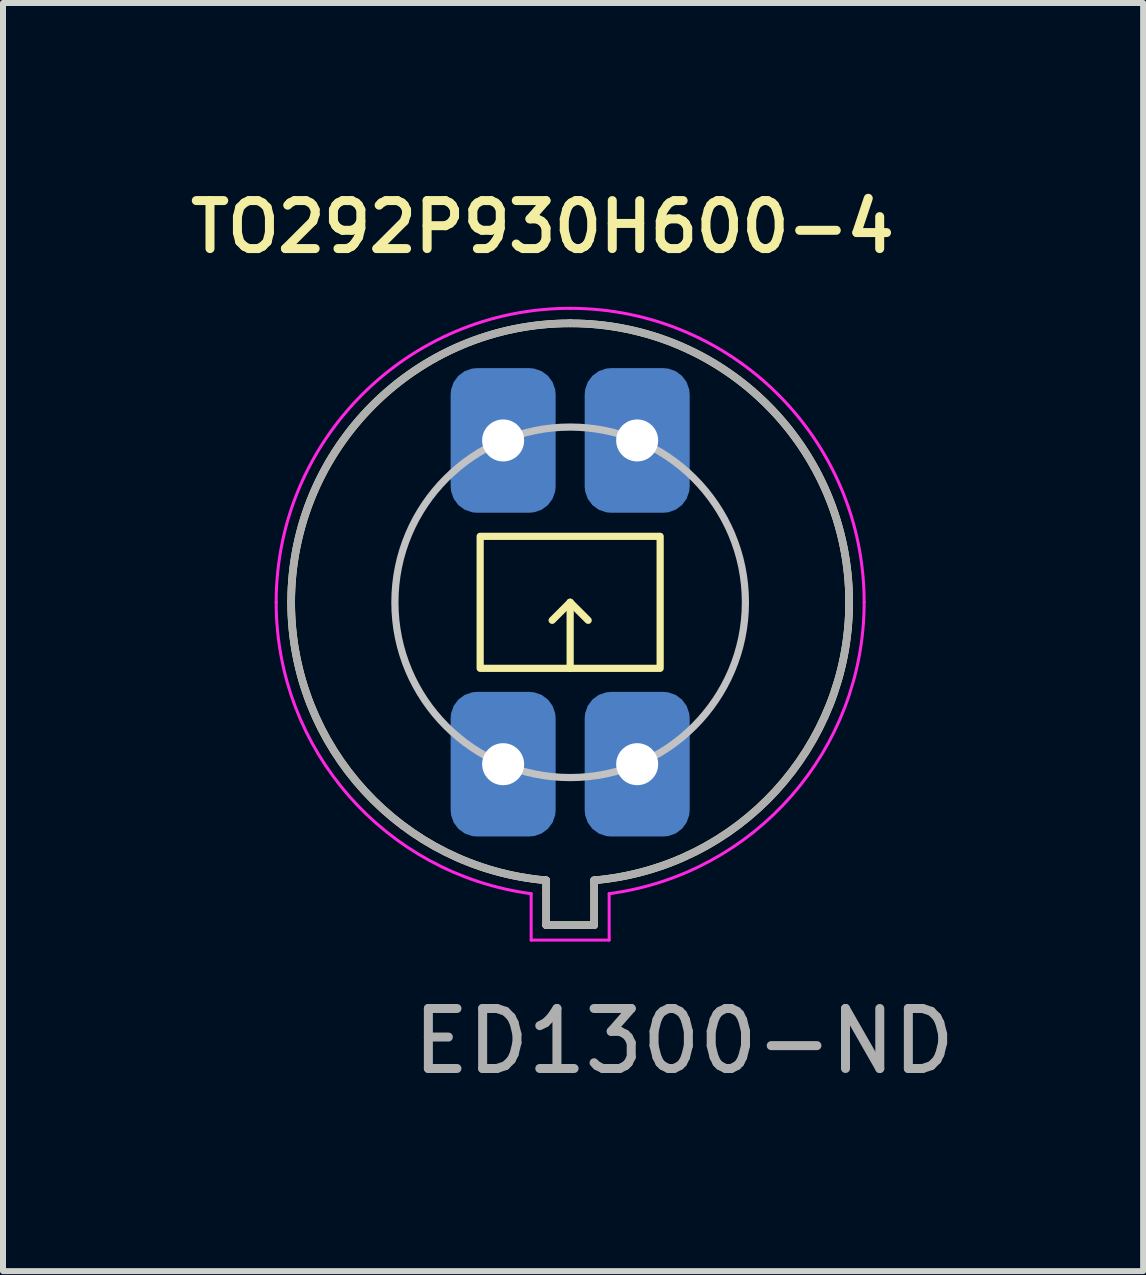
<source format=kicad_pcb>
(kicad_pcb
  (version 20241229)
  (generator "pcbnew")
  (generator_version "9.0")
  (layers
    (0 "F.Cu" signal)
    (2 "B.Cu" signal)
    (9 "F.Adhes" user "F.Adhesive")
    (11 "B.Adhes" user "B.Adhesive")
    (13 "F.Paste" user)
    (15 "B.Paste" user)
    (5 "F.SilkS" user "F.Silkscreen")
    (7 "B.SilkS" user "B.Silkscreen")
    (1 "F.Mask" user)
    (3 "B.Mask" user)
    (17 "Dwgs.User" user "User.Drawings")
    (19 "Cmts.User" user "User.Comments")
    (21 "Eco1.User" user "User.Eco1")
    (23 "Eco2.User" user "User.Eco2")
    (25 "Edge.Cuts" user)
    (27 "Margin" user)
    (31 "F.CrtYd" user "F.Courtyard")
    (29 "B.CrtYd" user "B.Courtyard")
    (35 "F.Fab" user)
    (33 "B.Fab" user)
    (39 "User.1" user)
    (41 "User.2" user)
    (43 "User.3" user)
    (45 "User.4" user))
  (footprint "TO292P930H600-4"
    (layer "F.Cu")
    (at 6.453 6.989)
    (property "Reference" "TO292P930H600-4" (at -0.46 -6.258 0) (layer "F.SilkS") (effects (font (size 0.8 0.8) (thickness 0.15))))
    (attr through_hole)
    (fp_line (start -0.4 5.38) (end 0.4 5.38) (stroke (width 0.127) (type solid)) (layer "F.SilkS"))
    (fp_line (start -0.4 4.633) (end -0.4 5.38) (stroke (width 0.127) (type solid)) (layer "F.SilkS"))
    (fp_line (start 0 0) (end -0.3 0.3) (stroke (width 0.12) (type solid)) (layer "F.SilkS"))
    (fp_line (start 0 0) (end 0.3 0.3) (stroke (width 0.12) (type solid)) (layer "F.SilkS"))
    (fp_line (start 0 1.1) (end 0 0) (stroke (width 0.12) (type solid)) (layer "F.SilkS"))
    (fp_line (start 0.4 5.38) (end 0.4 4.633) (stroke (width 0.127) (type solid)) (layer "F.SilkS"))
    (fp_rect (start 1.5 1.1) (end -1.5 -1.1) (stroke (width 0.12) (type solid)) (fill no) (layer "F.SilkS"))
    (fp_arc (start -4.649997 -0.000007) (mid -3.288039 -3.288049) (end 0.000007 -4.649997) (stroke (width 0.127) (type solid)) (layer "F.SilkS"))
    (fp_arc (start -0.400002 4.6335) (mid -3.426624 3.143745) (end -4.649997 -0.000006) (stroke (width 0.127) (type solid)) (layer "F.SilkS"))
    (fp_arc (start 0.000007 -4.649997) (mid 3.288049 -3.288039) (end 4.649997 0.000007) (stroke (width 0.127) (type solid)) (layer "F.SilkS"))
    (fp_arc (start 4.649997 0.000007) (mid 3.426523 3.143664) (end 0.399995 4.633497) (stroke (width 0.127) (type solid)) (layer "F.SilkS"))
    (fp_circle (center -0.000001 0.000001) (end 2.921 0.000001) (stroke (width 0.12) (type default)) (fill no) (layer "Dwgs.User"))
    (fp_line (start -0.65 5.63) (end 0.65 5.63) (stroke (width 0.05) (type solid)) (layer "F.CrtYd"))
    (fp_line (start -0.65 4.856) (end -0.65 5.63) (stroke (width 0.05) (type solid)) (layer "F.CrtYd"))
    (fp_line (start 0.65 5.63) (end 0.65 4.857) (stroke (width 0.05) (type solid)) (layer "F.CrtYd"))
    (fp_arc (start -4.900001 0.000001) (mid -3.464825 -3.464823) (end -0.000001 -4.900001) (stroke (width 0.05) (type solid)) (layer "F.CrtYd"))
    (fp_arc (start -0.649998 4.856495) (mid -3.68757 3.226854) (end -4.900001 0.000001) (stroke (width 0.05) (type solid)) (layer "F.CrtYd"))
    (fp_arc (start -0.000001 -4.900001) (mid 3.464823 -3.464825) (end 4.900001 -0.000001) (stroke (width 0.05) (type solid)) (layer "F.CrtYd"))
    (fp_arc (start 4.900001 -0.000001) (mid 3.687594 3.226878) (end 0.649995 4.856502) (stroke (width 0.05) (type solid)) (layer "F.CrtYd"))
    (fp_line (start -0.4 5.38) (end 0.4 5.38) (stroke (width 0.127) (type solid)) (layer "F.Fab"))
    (fp_line (start -0.4 4.633) (end -0.4 5.38) (stroke (width 0.127) (type solid)) (layer "F.Fab"))
    (fp_line (start 0.4 5.38) (end 0.4 4.633) (stroke (width 0.127) (type solid)) (layer "F.Fab"))
    (fp_arc (start -4.649997 -0.000007) (mid -3.288039 -3.288049) (end 0.000007 -4.649997) (stroke (width 0.127) (type solid)) (layer "F.Fab"))
    (fp_arc (start -0.400002 4.6335) (mid -3.426624 3.143745) (end -4.649997 -0.000006) (stroke (width 0.127) (type solid)) (layer "F.Fab"))
    (fp_arc (start 0.000007 -4.649997) (mid 3.288049 -3.288039) (end 4.649997 0.000007) (stroke (width 0.127) (type solid)) (layer "F.Fab"))
    (fp_arc (start 4.649997 0.000007) (mid 3.426523 3.143664) (end 0.399995 4.633497) (stroke (width 0.127) (type solid)) (layer "F.Fab"))
    (fp_text user "ED1300-ND" (at -2.7 7.9 0) (unlocked yes) (layer "F.Fab") (effects (font (size 1 1) (thickness 0.15)) (justify left bottom)))
    (pad "1" thru_hole circle (at -1.117 2.698 157.5) (size 1.1 1.1) (drill 0.7) (layers "*.Cu" "*.Mask"))
    (pad "1" smd roundrect (at -1.117 2.698 90) (size 2.41 1.75) (layers "B.Cu" "B.Mask" "B.Paste") (roundrect_rratio 0.25))
    (pad "2" thru_hole circle (at -1.117 -2.698 157.5) (size 1.1 1.1) (drill 0.7) (layers "*.Cu" "*.Mask"))
    (pad "2" smd roundrect (at -1.117 -2.698 90) (size 2.41 1.75) (layers "B.Cu" "B.Mask" "B.Paste") (roundrect_rratio 0.25))
    (pad "3" thru_hole rect (at 1.117 2.698 180) (size 1.1 1.1) (drill 0.7) (layers "*.Cu" "*.Mask"))
    (pad "3" smd roundrect (at 1.117 2.698 90) (size 2.41 1.75) (layers "B.Cu" "B.Mask" "B.Paste") (roundrect_rratio 0.25))
    (pad "4" thru_hole circle (at 1.117 -2.698 157.5) (size 1.1 1.1) (drill 0.7) (layers "*.Cu" "*.Mask"))
    (pad "4" smd roundrect (at 1.117 -2.698 90) (size 2.41 1.75) (layers "B.Cu" "B.Mask" "B.Paste") (roundrect_rratio 0.25)))
  (gr_rect
    (start -3 -3)
    (end 16.003 18.136)
    (stroke (width 0.1) (type default))
    (fill no)
    (layer "Edge.Cuts")))
</source>
